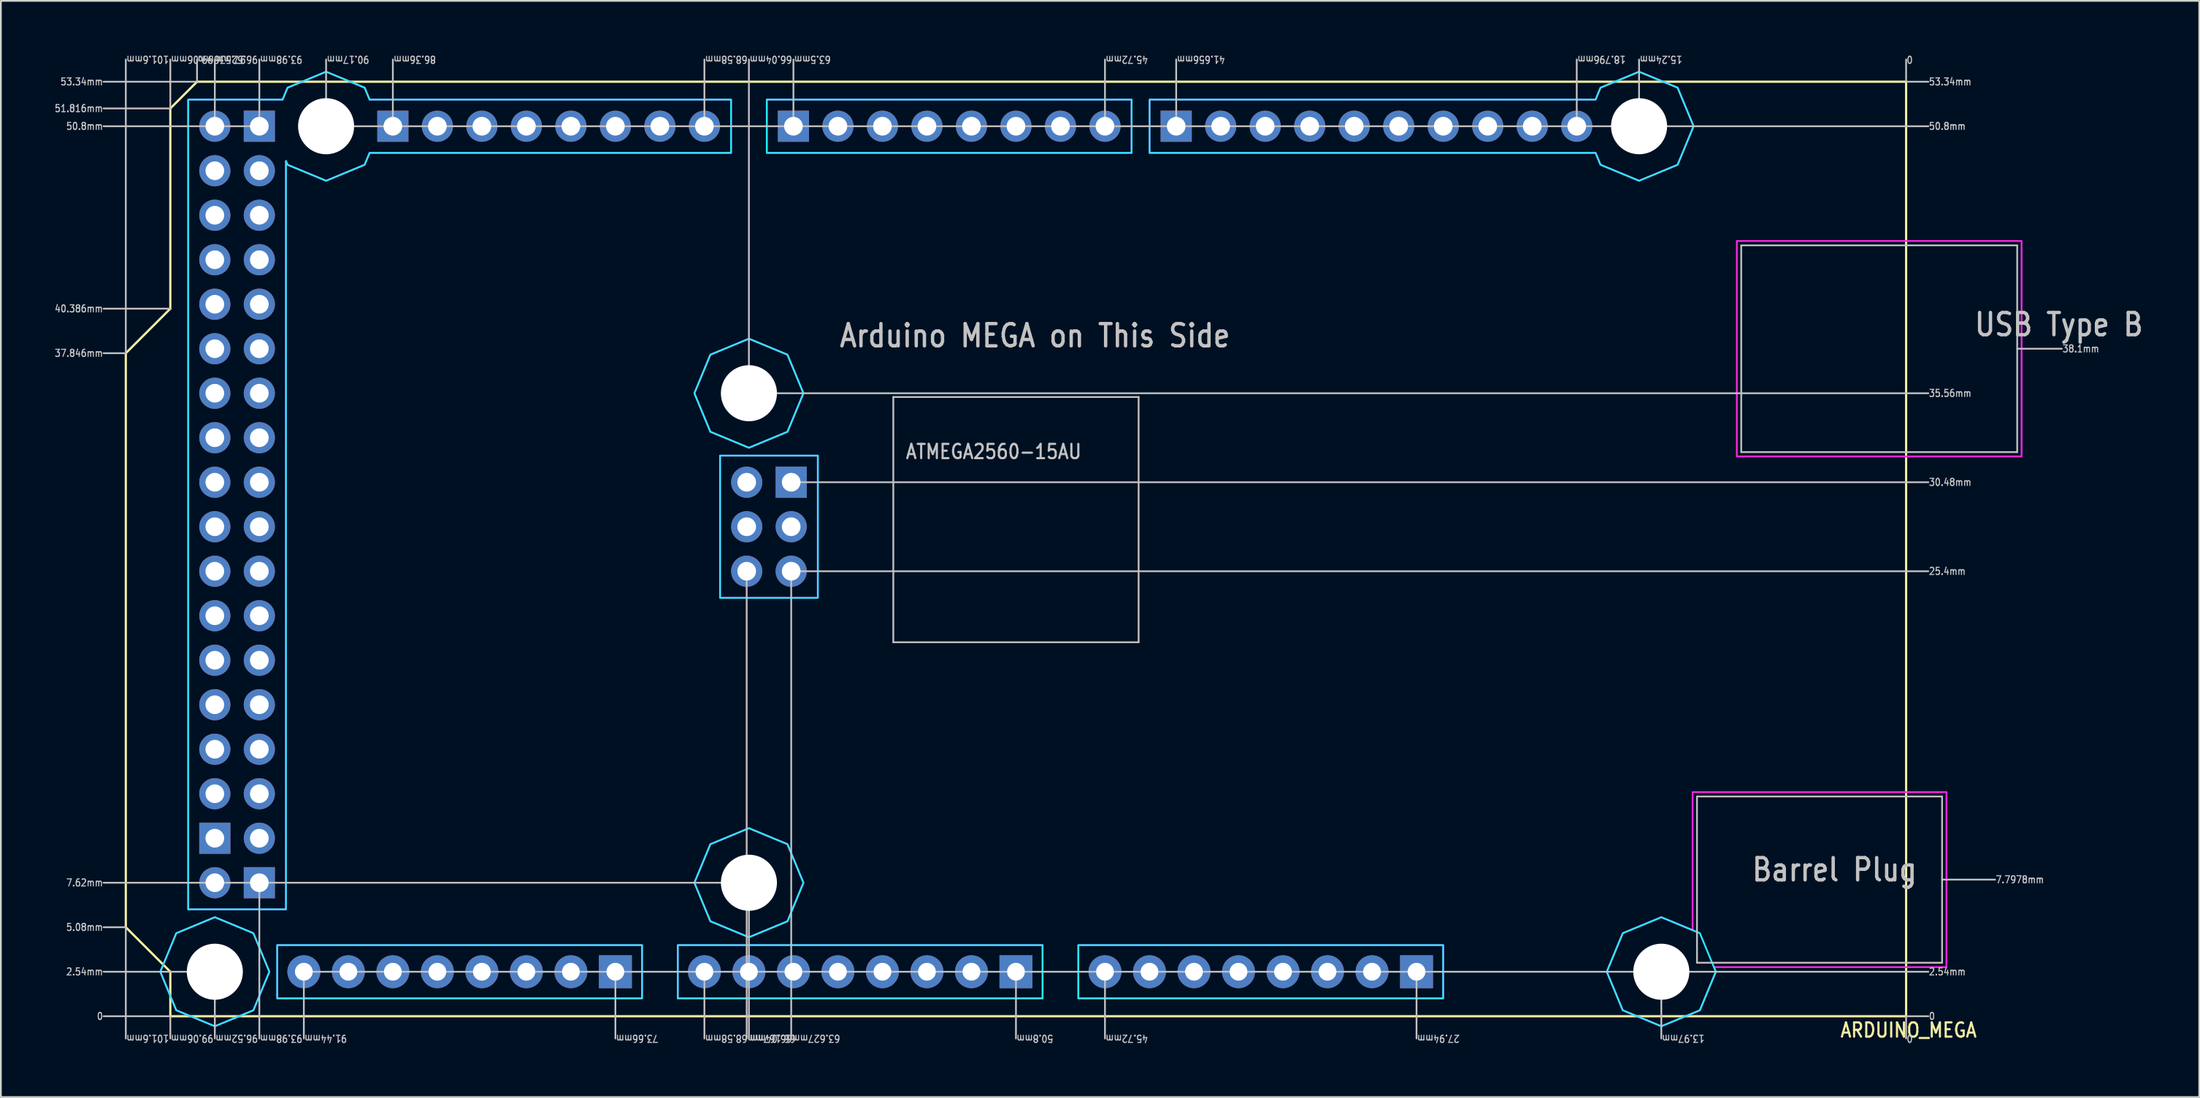
<source format=kicad_pcb>
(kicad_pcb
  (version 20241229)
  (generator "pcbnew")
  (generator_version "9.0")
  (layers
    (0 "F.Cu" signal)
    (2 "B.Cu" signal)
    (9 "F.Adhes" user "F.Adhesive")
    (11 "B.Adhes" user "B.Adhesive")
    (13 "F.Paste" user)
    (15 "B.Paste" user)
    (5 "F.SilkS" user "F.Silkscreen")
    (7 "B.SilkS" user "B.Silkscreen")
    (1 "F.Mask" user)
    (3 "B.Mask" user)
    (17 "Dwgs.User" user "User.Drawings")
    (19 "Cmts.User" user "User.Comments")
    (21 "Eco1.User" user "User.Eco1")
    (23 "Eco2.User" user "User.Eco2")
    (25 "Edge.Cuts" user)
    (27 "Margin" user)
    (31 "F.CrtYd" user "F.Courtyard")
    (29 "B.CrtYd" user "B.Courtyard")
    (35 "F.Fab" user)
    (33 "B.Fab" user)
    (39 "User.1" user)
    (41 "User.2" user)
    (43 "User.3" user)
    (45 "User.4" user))
  (footprint "ARDUINO_MEGA"
    (layer "F.Cu")
    (at 105.73 54.955)
    (property "Reference" "ARDUINO_MEGA" (at -3.81 1.27 0) (unlocked yes) (layer "F.SilkS") (effects (font (size 0.813 0.695) (thickness 0.122)) (justify left bottom)))
    (fp_circle (center -96.52 -2.54) (end -93.67 -2.54) (stroke (width 0) (type solid)) (fill yes) (layer "F.Mask"))
    (fp_circle (center -96.52 -2.54) (end -93.67 -2.54) (stroke (width 0) (type solid)) (fill yes) (layer "F.Mask"))
    (fp_circle (center -90.17 -50.8) (end -87.32 -50.8) (stroke (width 0) (type solid)) (fill yes) (layer "F.Mask"))
    (fp_circle (center -90.17 -50.8) (end -87.32 -50.8) (stroke (width 0) (type solid)) (fill yes) (layer "F.Mask"))
    (fp_circle (center -66.04 -35.56) (end -63.19 -35.56) (stroke (width 0) (type solid)) (fill yes) (layer "F.Mask"))
    (fp_circle (center -66.04 -35.56) (end -63.19 -35.56) (stroke (width 0) (type solid)) (fill yes) (layer "F.Mask"))
    (fp_circle (center -66.04 -7.62) (end -63.19 -7.62) (stroke (width 0) (type solid)) (fill yes) (layer "F.Mask"))
    (fp_circle (center -66.04 -7.62) (end -63.19 -7.62) (stroke (width 0) (type solid)) (fill yes) (layer "F.Mask"))
    (fp_circle (center -15.24 -50.8) (end -12.39 -50.8) (stroke (width 0) (type solid)) (fill yes) (layer "F.Mask"))
    (fp_circle (center -15.24 -50.8) (end -12.39 -50.8) (stroke (width 0) (type solid)) (fill yes) (layer "F.Mask"))
    (fp_circle (center -13.97 -2.54) (end -11.12 -2.54) (stroke (width 0) (type solid)) (fill yes) (layer "F.Mask"))
    (fp_circle (center -13.97 -2.54) (end -11.12 -2.54) (stroke (width 0) (type solid)) (fill yes) (layer "F.Mask"))
    (fp_circle (center -96.52 -2.54) (end -93.67 -2.54) (stroke (width 0) (type solid)) (fill yes) (layer "B.Mask"))
    (fp_circle (center -90.17 -50.8) (end -87.32 -50.8) (stroke (width 0) (type solid)) (fill yes) (layer "B.Mask"))
    (fp_circle (center -66.04 -35.56) (end -63.19 -35.56) (stroke (width 0) (type solid)) (fill yes) (layer "B.Mask"))
    (fp_circle (center -66.04 -7.62) (end -63.19 -7.62) (stroke (width 0) (type solid)) (fill yes) (layer "B.Mask"))
    (fp_circle (center -15.24 -50.8) (end -12.39 -50.8) (stroke (width 0) (type solid)) (fill yes) (layer "B.Mask"))
    (fp_circle (center -13.97 -2.54) (end -11.12 -2.54) (stroke (width 0) (type solid)) (fill yes) (layer "B.Mask"))
    (fp_line (start -101.6 -37.846) (end -101.6 -5.08) (stroke (width 0.127) (type solid)) (layer "F.SilkS"))
    (fp_line (start -101.6 -5.08) (end -99.06 -2.54) (stroke (width 0.127) (type solid)) (layer "F.SilkS"))
    (fp_line (start -99.06 -51.816) (end -99.06 -40.386) (stroke (width 0.127) (type solid)) (layer "F.SilkS"))
    (fp_line (start -99.06 -40.386) (end -101.6 -37.846) (stroke (width 0.127) (type solid)) (layer "F.SilkS"))
    (fp_line (start -99.06 -2.54) (end -99.06 0) (stroke (width 0.127) (type solid)) (layer "F.SilkS"))
    (fp_line (start -99.06 0) (end 0 0) (stroke (width 0.127) (type solid)) (layer "F.SilkS"))
    (fp_line (start -97.536 -53.34) (end -99.06 -51.816) (stroke (width 0.127) (type solid)) (layer "F.SilkS"))
    (fp_line (start 0 -53.34) (end -97.536 -53.34) (stroke (width 0.127) (type solid)) (layer "F.SilkS"))
    (fp_line (start 0 0) (end 0 -53.34) (stroke (width 0.127) (type solid)) (layer "F.SilkS"))
    (fp_line (start -101.6 -37.846) (end -102.87 -37.846) (stroke (width 0.1) (type solid)) (layer "Dwgs.User"))
    (fp_line (start -101.6 -37.846) (end -101.6 -54.61) (stroke (width 0.1) (type solid)) (layer "Dwgs.User"))
    (fp_line (start -101.6 -5.08) (end -102.87 -5.08) (stroke (width 0.1) (type solid)) (layer "Dwgs.User"))
    (fp_line (start -101.6 -5.08) (end -101.6 1.27) (stroke (width 0.1) (type solid)) (layer "Dwgs.User"))
    (fp_line (start -99.06 -51.816) (end -102.87 -51.816) (stroke (width 0.1) (type solid)) (layer "Dwgs.User"))
    (fp_line (start -99.06 -51.816) (end -99.06 -54.61) (stroke (width 0.1) (type solid)) (layer "Dwgs.User"))
    (fp_line (start -99.06 -40.386) (end -102.87 -40.386) (stroke (width 0.1) (type solid)) (layer "Dwgs.User"))
    (fp_line (start -99.06 0) (end -102.87 0) (stroke (width 0.1) (type solid)) (layer "Dwgs.User"))
    (fp_line (start -99.06 0) (end -99.06 1.27) (stroke (width 0.1) (type solid)) (layer "Dwgs.User"))
    (fp_line (start -97.536 -53.34) (end -102.87 -53.34) (stroke (width 0.1) (type solid)) (layer "Dwgs.User"))
    (fp_line (start -97.536 -53.34) (end -97.536 -54.61) (stroke (width 0.1) (type solid)) (layer "Dwgs.User"))
    (fp_line (start -96.52 -50.8) (end -102.87 -50.8) (stroke (width 0.1) (type solid)) (layer "Dwgs.User"))
    (fp_line (start -96.52 -50.8) (end -96.52 -54.61) (stroke (width 0.1) (type solid)) (layer "Dwgs.User"))
    (fp_line (start -96.52 -2.54) (end -102.87 -2.54) (stroke (width 0.1) (type solid)) (layer "Dwgs.User"))
    (fp_line (start -96.52 -2.54) (end -96.52 1.27) (stroke (width 0.1) (type solid)) (layer "Dwgs.User"))
    (fp_line (start -93.98 -50.8) (end -96.52 -50.8) (stroke (width 0.1) (type solid)) (layer "Dwgs.User"))
    (fp_line (start -93.98 -50.8) (end -93.98 -54.61) (stroke (width 0.1) (type solid)) (layer "Dwgs.User"))
    (fp_line (start -93.98 -7.62) (end -93.98 1.27) (stroke (width 0.1) (type solid)) (layer "Dwgs.User"))
    (fp_line (start -91.44 -2.54) (end -91.44 1.27) (stroke (width 0.1) (type solid)) (layer "Dwgs.User"))
    (fp_line (start -91.44 -2.54) (end -13.97 -2.54) (stroke (width 0.1) (type solid)) (layer "Dwgs.User"))
    (fp_line (start -90.17 -50.8) (end -90.17 -54.61) (stroke (width 0.1) (type solid)) (layer "Dwgs.User"))
    (fp_line (start -90.17 -50.8) (end -86.36 -50.8) (stroke (width 0.1) (type solid)) (layer "Dwgs.User"))
    (fp_line (start -86.36 -50.8) (end -86.36 -54.61) (stroke (width 0.1) (type solid)) (layer "Dwgs.User"))
    (fp_line (start -86.36 -50.8) (end -68.58 -50.8) (stroke (width 0.1) (type solid)) (layer "Dwgs.User"))
    (fp_line (start -73.66 -2.54) (end -73.66 1.27) (stroke (width 0.1) (type solid)) (layer "Dwgs.User"))
    (fp_line (start -68.58 -50.8) (end -68.58 -54.61) (stroke (width 0.1) (type solid)) (layer "Dwgs.User"))
    (fp_line (start -68.58 -50.8) (end -63.5 -50.8) (stroke (width 0.1) (type solid)) (layer "Dwgs.User"))
    (fp_line (start -68.58 -2.54) (end -68.58 1.27) (stroke (width 0.1) (type solid)) (layer "Dwgs.User"))
    (fp_line (start -66.167 -25.4) (end -66.167 1.27) (stroke (width 0.1) (type solid)) (layer "Dwgs.User"))
    (fp_line (start -66.04 -35.56) (end -66.04 -54.61) (stroke (width 0.1) (type solid)) (layer "Dwgs.User"))
    (fp_line (start -66.04 -35.56) (end 1.27 -35.56) (stroke (width 0.1) (type solid)) (layer "Dwgs.User"))
    (fp_line (start -66.04 -7.62) (end -102.87 -7.62) (stroke (width 0.1) (type solid)) (layer "Dwgs.User"))
    (fp_line (start -66.04 -7.62) (end -66.04 1.27) (stroke (width 0.1) (type solid)) (layer "Dwgs.User"))
    (fp_line (start -63.627 -25.4) (end -63.627 1.27) (stroke (width 0.1) (type solid)) (layer "Dwgs.User"))
    (fp_line (start -63.627 -25.4) (end 1.27 -25.4) (stroke (width 0.1) (type solid)) (layer "Dwgs.User"))
    (fp_line (start -63.5 -50.8) (end -63.5 -54.61) (stroke (width 0.1) (type solid)) (layer "Dwgs.User"))
    (fp_line (start -63.5 -50.8) (end -45.72 -50.8) (stroke (width 0.1) (type solid)) (layer "Dwgs.User"))
    (fp_line (start -63.5 -30.48) (end 1.27 -30.48) (stroke (width 0.1) (type solid)) (layer "Dwgs.User"))
    (fp_line (start -57.8 -35.346) (end -57.8 -21.346) (stroke (width 0.1) (type solid)) (layer "Dwgs.User"))
    (fp_line (start -57.8 -21.346) (end -43.8 -21.346) (stroke (width 0.1) (type solid)) (layer "Dwgs.User"))
    (fp_line (start -50.8 -2.54) (end -50.8 1.27) (stroke (width 0.1) (type solid)) (layer "Dwgs.User"))
    (fp_line (start -45.72 -50.8) (end -45.72 -54.61) (stroke (width 0.1) (type solid)) (layer "Dwgs.User"))
    (fp_line (start -45.72 -50.8) (end -41.656 -50.8) (stroke (width 0.1) (type solid)) (layer "Dwgs.User"))
    (fp_line (start -45.72 -2.54) (end -45.72 1.27) (stroke (width 0.1) (type solid)) (layer "Dwgs.User"))
    (fp_line (start -43.8 -35.346) (end -57.8 -35.346) (stroke (width 0.1) (type solid)) (layer "Dwgs.User"))
    (fp_line (start -43.8 -21.346) (end -43.8 -35.346) (stroke (width 0.1) (type solid)) (layer "Dwgs.User"))
    (fp_line (start -41.656 -50.8) (end -41.656 -54.61) (stroke (width 0.1) (type solid)) (layer "Dwgs.User"))
    (fp_line (start -41.656 -50.8) (end -18.796 -50.8) (stroke (width 0.1) (type solid)) (layer "Dwgs.User"))
    (fp_line (start -27.94 -2.54) (end -27.94 1.27) (stroke (width 0.1) (type solid)) (layer "Dwgs.User"))
    (fp_line (start -18.796 -50.8) (end -18.796 -54.61) (stroke (width 0.1) (type solid)) (layer "Dwgs.User"))
    (fp_line (start -18.796 -50.8) (end -15.24 -50.8) (stroke (width 0.1) (type solid)) (layer "Dwgs.User"))
    (fp_line (start -15.24 -50.8) (end -15.24 -54.61) (stroke (width 0.1) (type solid)) (layer "Dwgs.User"))
    (fp_line (start -15.24 -50.8) (end 1.27 -50.8) (stroke (width 0.1) (type solid)) (layer "Dwgs.User"))
    (fp_line (start -13.97 -2.54) (end -13.97 1.27) (stroke (width 0.1) (type solid)) (layer "Dwgs.User"))
    (fp_line (start -13.97 -2.54) (end 1.27 -2.54) (stroke (width 0.1) (type solid)) (layer "Dwgs.User"))
    (fp_line (start -11.934 -12.544) (end -11.934 -3.052) (stroke (width 0.1) (type solid)) (layer "Dwgs.User"))
    (fp_line (start -11.934 -3.052) (end 2.053 -3.052) (stroke (width 0.1) (type solid)) (layer "Dwgs.User"))
    (fp_line (start -9.41 -44) (end 6.34 -44) (stroke (width 0.1) (type solid)) (layer "Dwgs.User"))
    (fp_line (start -9.41 -32.2) (end -9.41 -44) (stroke (width 0.1) (type solid)) (layer "Dwgs.User"))
    (fp_line (start 0 -53.34) (end 0 -54.61) (stroke (width 0.1) (type solid)) (layer "Dwgs.User"))
    (fp_line (start 0 -53.34) (end 1.27 -53.34) (stroke (width 0.1) (type solid)) (layer "Dwgs.User"))
    (fp_line (start 0 0) (end 0 1.27) (stroke (width 0.1) (type solid)) (layer "Dwgs.User"))
    (fp_line (start 0 0) (end 1.27 0) (stroke (width 0.1) (type solid)) (layer "Dwgs.User"))
    (fp_line (start 2.053 -12.544) (end -11.934 -12.544) (stroke (width 0.1) (type solid)) (layer "Dwgs.User"))
    (fp_line (start 2.053 -3.052) (end 2.053 -12.544) (stroke (width 0.1) (type solid)) (layer "Dwgs.User"))
    (fp_line (start 5.08 -7.798) (end 2.053 -7.798) (stroke (width 0.1) (type solid)) (layer "Dwgs.User"))
    (fp_line (start 6.34 -44) (end 6.34 -32.2) (stroke (width 0.1) (type solid)) (layer "Dwgs.User"))
    (fp_line (start 6.34 -32.2) (end -9.41 -32.2) (stroke (width 0.1) (type solid)) (layer "Dwgs.User"))
    (fp_line (start 8.89 -38.1) (end 6.34 -38.1) (stroke (width 0.1) (type solid)) (layer "Dwgs.User"))
    (fp_poly (pts (xy -72.14 -4.06) (xy -92.96 -4.06) (xy -92.96 -1.02) (xy -72.14 -1.02)) (stroke (width 0.1) (type solid)) (fill no) (layer "B.CrtYd"))
    (fp_poly (pts (xy -62.107 -32) (xy -67.687 -32) (xy -67.687 -23.88) (xy -62.107 -23.88)) (stroke (width 0.1) (type solid)) (fill no) (layer "B.CrtYd"))
    (fp_poly (pts (xy -49.28 -4.06) (xy -70.1 -4.06) (xy -70.1 -1.02) (xy -49.28 -1.02)) (stroke (width 0.1) (type solid)) (fill no) (layer "B.CrtYd"))
    (fp_poly (pts (xy -44.2 -52.32) (xy -65.02 -52.32) (xy -65.02 -49.28) (xy -44.2 -49.28)) (stroke (width 0.1) (type solid)) (fill no) (layer "B.CrtYd"))
    (fp_poly (pts (xy -26.42 -4.06) (xy -47.24 -4.06) (xy -47.24 -1.02) (xy -26.42 -1.02)) (stroke (width 0.1) (type solid)) (fill no) (layer "B.CrtYd"))
    (fp_poly (pts (xy -99.632 -2.54) (xy -98.72 -4.74) (xy -96.52 -5.652) (xy -94.32 -4.74) (xy -93.408 -2.54) (xy -94.32 -0.34) (xy -96.52 0.572) (xy -98.72 -0.34)) (stroke (width 0.1) (type solid)) (fill no) (layer "B.CrtYd"))
    (fp_poly (pts (xy -69.152 -35.56) (xy -68.24 -37.76) (xy -66.04 -38.672) (xy -63.84 -37.76) (xy -62.928 -35.56) (xy -63.84 -33.36) (xy -66.04 -32.448) (xy -68.24 -33.36)) (stroke (width 0.1) (type solid)) (fill no) (layer "B.CrtYd"))
    (fp_poly (pts (xy -69.152 -7.62) (xy -68.24 -9.82) (xy -66.04 -10.732) (xy -63.84 -9.82) (xy -62.928 -7.62) (xy -63.84 -5.42) (xy -66.04 -4.508) (xy -68.24 -5.42)) (stroke (width 0.1) (type solid)) (fill no) (layer "B.CrtYd"))
    (fp_poly (pts (xy -17.082 -2.54) (xy -16.17 -4.74) (xy -13.97 -5.652) (xy -11.77 -4.74) (xy -10.858 -2.54) (xy -11.77 -0.34) (xy -13.97 0.572) (xy -16.17 -0.34)) (stroke (width 0.1) (type solid)) (fill no) (layer "B.CrtYd"))
    (fp_poly (pts (xy -17.722 -52.32) (xy -17.44 -53) (xy -15.24 -53.912) (xy -13.04 -53) (xy -12.128 -50.8) (xy -13.04 -48.6) (xy -15.24 -47.688) (xy -17.44 -48.6) (xy -17.722 -49.28) (xy -43.176 -49.28) (xy -43.176 -52.32)) (stroke (width 0.1) (type solid)) (fill no) (layer "B.CrtYd"))
    (fp_poly (pts (xy -92.652 -52.32) (xy -92.37 -53) (xy -90.17 -53.912) (xy -87.97 -53) (xy -87.688 -52.32) (xy -67.06 -52.32) (xy -67.06 -49.28) (xy -87.688 -49.28) (xy -87.97 -48.6) (xy -90.17 -47.688) (xy -92.37 -48.6) (xy -92.46 -48.816) (xy -92.46 -6.1) (xy -98.04 -6.1) (xy -98.04 -52.32)) (stroke (width 0.1) (type solid)) (fill no) (layer "B.CrtYd"))
    (fp_poly (pts (xy -72.14 -4.06) (xy -92.96 -4.06) (xy -92.96 -1.02) (xy -72.14 -1.02)) (stroke (width 0.1) (type solid)) (fill no) (layer "F.CrtYd"))
    (fp_poly (pts (xy -62.107 -32) (xy -67.687 -32) (xy -67.687 -23.88) (xy -62.107 -23.88)) (stroke (width 0.1) (type solid)) (fill no) (layer "F.CrtYd"))
    (fp_poly (pts (xy -49.28 -4.06) (xy -70.1 -4.06) (xy -70.1 -1.02) (xy -49.28 -1.02)) (stroke (width 0.1) (type solid)) (fill no) (layer "F.CrtYd"))
    (fp_poly (pts (xy -44.2 -52.32) (xy -65.02 -52.32) (xy -65.02 -49.28) (xy -44.2 -49.28)) (stroke (width 0.1) (type solid)) (fill no) (layer "F.CrtYd"))
    (fp_poly (pts (xy -26.42 -4.06) (xy -47.24 -4.06) (xy -47.24 -1.02) (xy -26.42 -1.02)) (stroke (width 0.1) (type solid)) (fill no) (layer "F.CrtYd"))
    (fp_poly (pts (xy 6.59 -44.25) (xy 6.59 -31.95) (xy -9.66 -31.95) (xy -9.66 -44.25)) (stroke (width 0.1) (type solid)) (fill no) (layer "F.CrtYd"))
    (fp_poly (pts (xy -99.632 -2.54) (xy -98.72 -4.74) (xy -96.52 -5.652) (xy -94.32 -4.74) (xy -93.408 -2.54) (xy -94.32 -0.34) (xy -96.52 0.572) (xy -98.72 -0.34)) (stroke (width 0.1) (type solid)) (fill no) (layer "F.CrtYd"))
    (fp_poly (pts (xy -69.152 -35.56) (xy -68.24 -37.76) (xy -66.04 -38.672) (xy -63.84 -37.76) (xy -62.928 -35.56) (xy -63.84 -33.36) (xy -66.04 -32.448) (xy -68.24 -33.36)) (stroke (width 0.1) (type solid)) (fill no) (layer "F.CrtYd"))
    (fp_poly (pts (xy -69.152 -7.62) (xy -68.24 -9.82) (xy -66.04 -10.732) (xy -63.84 -9.82) (xy -62.928 -7.62) (xy -63.84 -5.42) (xy -66.04 -4.508) (xy -68.24 -5.42)) (stroke (width 0.1) (type solid)) (fill no) (layer "F.CrtYd"))
    (fp_poly (pts (xy -17.722 -52.32) (xy -17.44 -53) (xy -15.24 -53.912) (xy -13.04 -53) (xy -12.128 -50.8) (xy -13.04 -48.6) (xy -15.24 -47.688) (xy -17.44 -48.6) (xy -17.722 -49.28) (xy -43.176 -49.28) (xy -43.176 -52.32)) (stroke (width 0.1) (type solid)) (fill no) (layer "F.CrtYd"))
    (fp_poly (pts (xy -17.082 -2.54) (xy -16.17 -4.74) (xy -13.97 -5.652) (xy -12.184 -4.912) (xy -12.184 -12.794) (xy 2.303 -12.794) (xy 2.303 -2.802) (xy -10.967 -2.802) (xy -10.858 -2.54) (xy -11.77 -0.34) (xy -13.97 0.572) (xy -16.17 -0.34)) (stroke (width 0.1) (type solid)) (fill no) (layer "F.CrtYd"))
    (fp_poly (pts (xy -92.652 -52.32) (xy -92.37 -53) (xy -90.17 -53.912) (xy -87.97 -53) (xy -87.688 -52.32) (xy -67.06 -52.32) (xy -67.06 -49.28) (xy -87.688 -49.28) (xy -87.97 -48.6) (xy -90.17 -47.688) (xy -92.37 -48.6) (xy -92.46 -48.816) (xy -92.46 -6.1) (xy -98.04 -6.1) (xy -98.04 -52.32)) (stroke (width 0.1) (type solid)) (fill no) (layer "F.CrtYd"))
    (fp_text user "USB Type B" (at 3.81 -38.735 0) (unlocked yes) (layer "Dwgs.User") (effects (font (size 1.27 1.086) (thickness 0.191)) (justify left bottom)))
    (fp_text user "50.8mm" (at -50.8 1.27 180) (unlocked yes) (layer "Dwgs.User") (effects (font (size 0.406 0.347) (thickness 0.061)) (justify right)))
    (fp_text user "68.58mm" (at -68.58 -54.61 180) (unlocked yes) (layer "Dwgs.User") (effects (font (size 0.406 0.347) (thickness 0.061)) (justify right)))
    (fp_text user "2.54mm" (at 1.27 -2.54 0) (unlocked yes) (layer "Dwgs.User") (effects (font (size 0.406 0.347) (thickness 0.061)) (justify left)))
    (fp_text user "91.44mm" (at -91.44 1.27 180) (unlocked yes) (layer "Dwgs.User") (effects (font (size 0.406 0.347) (thickness 0.061)) (justify right)))
    (fp_text user "40.386mm" (at -102.87 -40.386 0) (unlocked yes) (layer "Dwgs.User") (effects (font (size 0.406 0.347) (thickness 0.061)) (justify right)))
    (fp_text user "18.796mm" (at -18.796 -54.61 180) (unlocked yes) (layer "Dwgs.User") (effects (font (size 0.406 0.347) (thickness 0.061)) (justify right)))
    (fp_text user "ATMEGA2560-15AU" (at -57.15 -31.75 0) (unlocked yes) (layer "Dwgs.User") (effects (font (size 0.813 0.695) (thickness 0.122)) (justify left bottom)))
    (fp_text user "0" (at 1.27 0 0) (unlocked yes) (layer "Dwgs.User") (effects (font (size 0.406 0.347) (thickness 0.061)) (justify left)))
    (fp_text user "2.54mm" (at -102.87 -2.54 0) (unlocked yes) (layer "Dwgs.User") (effects (font (size 0.406 0.347) (thickness 0.061)) (justify right)))
    (fp_text user "96.52mm" (at -96.52 1.27 180) (unlocked yes) (layer "Dwgs.User") (effects (font (size 0.406 0.347) (thickness 0.061)) (justify right)))
    (fp_text user "27.94mm" (at -27.94 1.27 180) (unlocked yes) (layer "Dwgs.User") (effects (font (size 0.406 0.347) (thickness 0.061)) (justify right)))
    (fp_text user "Barrel Plug" (at -8.89 -7.62 0) (unlocked yes) (layer "Dwgs.User") (effects (font (size 1.27 1.086) (thickness 0.191)) (justify left bottom)))
    (fp_text user "90.17mm" (at -90.17 -54.61 180) (unlocked yes) (layer "Dwgs.User") (effects (font (size 0.406 0.347) (thickness 0.061)) (justify right)))
    (fp_text user "50.8mm" (at -102.87 -50.8 0) (unlocked yes) (layer "Dwgs.User") (effects (font (size 0.406 0.347) (thickness 0.061)) (justify right)))
    (fp_text user "96.52mm" (at -96.52 -54.61 180) (unlocked yes) (layer "Dwgs.User") (effects (font (size 0.406 0.347) (thickness 0.061)) (justify right)))
    (fp_text user "51.816mm" (at -102.87 -51.816 0) (unlocked yes) (layer "Dwgs.User") (effects (font (size 0.406 0.347) (thickness 0.061)) (justify right)))
    (fp_text user "38.1mm" (at 8.89 -38.1 0) (unlocked yes) (layer "Dwgs.User") (effects (font (size 0.406 0.347) (thickness 0.061)) (justify left)))
    (fp_text user "86.36mm" (at -86.36 -54.61 180) (unlocked yes) (layer "Dwgs.User") (effects (font (size 0.406 0.347) (thickness 0.061)) (justify right)))
    (fp_text user "41.656mm" (at -41.656 -54.61 180) (unlocked yes) (layer "Dwgs.User") (effects (font (size 0.406 0.347) (thickness 0.061)) (justify right)))
    (fp_text user "63.5mm" (at -63.5 -54.61 180) (unlocked yes) (layer "Dwgs.User") (effects (font (size 0.406 0.347) (thickness 0.061)) (justify right)))
    (fp_text user "45.72mm" (at -45.72 -54.61 180) (unlocked yes) (layer "Dwgs.User") (effects (font (size 0.406 0.347) (thickness 0.061)) (justify right)))
    (fp_text user "99.06mm" (at -99.06 1.27 180) (unlocked yes) (layer "Dwgs.User") (effects (font (size 0.406 0.347) (thickness 0.061)) (justify right)))
    (fp_text user "99.06mm" (at -99.06 -54.61 180) (unlocked yes) (layer "Dwgs.User") (effects (font (size 0.406 0.347) (thickness 0.061)) (justify right)))
    (fp_text user "101.6mm" (at -101.6 1.27 180) (unlocked yes) (layer "Dwgs.User") (effects (font (size 0.406 0.347) (thickness 0.061)) (justify right)))
    (fp_text user "63.627mm" (at -63.627 1.27 180) (unlocked yes) (layer "Dwgs.User") (effects (font (size 0.406 0.347) (thickness 0.061)) (justify right)))
    (fp_text user "66.04mm" (at -66.04 -54.61 180) (unlocked yes) (layer "Dwgs.User") (effects (font (size 0.406 0.347) (thickness 0.061)) (justify right)))
    (fp_text user "25.4mm" (at 1.27 -25.4 0) (unlocked yes) (layer "Dwgs.User") (effects (font (size 0.406 0.347) (thickness 0.061)) (justify left)))
    (fp_text user "53.34mm" (at -102.87 -53.34 0) (unlocked yes) (layer "Dwgs.User") (effects (font (size 0.406 0.347) (thickness 0.061)) (justify right)))
    (fp_text user "35.56mm" (at 1.27 -35.56 0) (unlocked yes) (layer "Dwgs.User") (effects (font (size 0.406 0.347) (thickness 0.061)) (justify left)))
    (fp_text user "13.97mm" (at -13.97 1.27 180) (unlocked yes) (layer "Dwgs.User") (effects (font (size 0.406 0.347) (thickness 0.061)) (justify right)))
    (fp_text user "0" (at -102.87 0 0) (unlocked yes) (layer "Dwgs.User") (effects (font (size 0.406 0.347) (thickness 0.061)) (justify right)))
    (fp_text user "5.08mm" (at -102.87 -5.08 0) (unlocked yes) (layer "Dwgs.User") (effects (font (size 0.406 0.347) (thickness 0.061)) (justify right)))
    (fp_text user "50.8mm" (at 1.27 -50.8 0) (unlocked yes) (layer "Dwgs.User") (effects (font (size 0.406 0.347) (thickness 0.061)) (justify left)))
    (fp_text user "7.7978mm" (at 5.08 -7.798 0) (unlocked yes) (layer "Dwgs.User") (effects (font (size 0.406 0.347) (thickness 0.061)) (justify left)))
    (fp_text user "93.98mm" (at -93.98 1.27 180) (unlocked yes) (layer "Dwgs.User") (effects (font (size 0.406 0.347) (thickness 0.061)) (justify right)))
    (fp_text user "30.48mm" (at 1.27 -30.48 0) (unlocked yes) (layer "Dwgs.User") (effects (font (size 0.406 0.347) (thickness 0.061)) (justify left)))
    (fp_text user "66.04mm" (at -66.04 1.27 180) (unlocked yes) (layer "Dwgs.User") (effects (font (size 0.406 0.347) (thickness 0.061)) (justify right)))
    (fp_text user "73.66mm" (at -73.66 1.27 180) (unlocked yes) (layer "Dwgs.User") (effects (font (size 0.406 0.347) (thickness 0.061)) (justify right)))
    (fp_text user "37.846mm" (at -102.87 -37.846 0) (unlocked yes) (layer "Dwgs.User") (effects (font (size 0.406 0.347) (thickness 0.061)) (justify right)))
    (fp_text user "0" (at 0 1.27 180) (unlocked yes) (layer "Dwgs.User") (effects (font (size 0.406 0.347) (thickness 0.061)) (justify right)))
    (fp_text user "0" (at 0 -54.61 180) (unlocked yes) (layer "Dwgs.User") (effects (font (size 0.406 0.347) (thickness 0.061)) (justify right)))
    (fp_text user "101.6mm" (at -101.6 -54.61 180) (unlocked yes) (layer "Dwgs.User") (effects (font (size 0.406 0.347) (thickness 0.061)) (justify right)))
    (fp_text user "53.34mm" (at 1.27 -53.34 0) (unlocked yes) (layer "Dwgs.User") (effects (font (size 0.406 0.347) (thickness 0.061)) (justify left)))
    (fp_text user "68.58mm" (at -68.58 1.27 180) (unlocked yes) (layer "Dwgs.User") (effects (font (size 0.406 0.347) (thickness 0.061)) (justify right)))
    (fp_text user "93.98mm" (at -93.98 -54.61 180) (unlocked yes) (layer "Dwgs.User") (effects (font (size 0.406 0.347) (thickness 0.061)) (justify right)))
    (fp_text user "66.167mm" (at -66.167 1.27 180) (unlocked yes) (layer "Dwgs.User") (effects (font (size 0.406 0.347) (thickness 0.061)) (justify right)))
    (fp_text user "7.62mm" (at -102.87 -7.62 0) (unlocked yes) (layer "Dwgs.User") (effects (font (size 0.406 0.347) (thickness 0.061)) (justify right)))
    (fp_text user "97.536mm" (at -97.536 -54.61 180) (unlocked yes) (layer "Dwgs.User") (effects (font (size 0.406 0.347) (thickness 0.061)) (justify right)))
    (fp_text user "Arduino MEGA on This Side" (at -60.96 -38.1 0) (unlocked yes) (layer "Dwgs.User") (effects (font (size 1.27 1.086) (thickness 0.191)) (justify left bottom)))
    (fp_text user "45.72mm" (at -45.72 1.27 180) (unlocked yes) (layer "Dwgs.User") (effects (font (size 0.406 0.347) (thickness 0.061)) (justify right)))
    (fp_text user "15.24mm" (at -15.24 -54.61 180) (unlocked yes) (layer "Dwgs.User") (effects (font (size 0.406 0.347) (thickness 0.061)) (justify right)))
    (pad "" np_thru_hole circle (at -96.52 -2.54) (size 3.2 3.2) (drill 3.2) (layers "*.Cu" "*.Mask"))
    (pad "" np_thru_hole circle (at -90.17 -50.8) (size 3.2 3.2) (drill 3.2) (layers "*.Cu" "*.Mask"))
    (pad "" np_thru_hole circle (at -66.04 -35.56) (size 3.2 3.2) (drill 3.2) (layers "*.Cu" "*.Mask"))
    (pad "" np_thru_hole circle (at -66.04 -7.62) (size 3.2 3.2) (drill 3.2) (layers "*.Cu" "*.Mask"))
    (pad "" np_thru_hole circle (at -15.24 -50.8) (size 3.2 3.2) (drill 3.2) (layers "*.Cu" "*.Mask"))
    (pad "" np_thru_hole circle (at -13.97 -2.54) (size 3.2 3.2) (drill 3.2) (layers "*.Cu" "*.Mask"))
    (pad "0" thru_hole rect (at -63.5 -50.8 270) (size 1.778 1.778) (drill 1.067) (layers "*.Cu" "*.Mask"))
    (pad "1" thru_hole oval (at -60.96 -50.8 270) (size 1.778 1.778) (drill 1.067) (layers "*.Cu" "*.Mask"))
    (pad "2" thru_hole oval (at -58.42 -50.8 270) (size 1.778 1.778) (drill 1.067) (layers "*.Cu" "*.Mask"))
    (pad "3" thru_hole oval (at -55.88 -50.8 270) (size 1.778 1.778) (drill 1.067) (layers "*.Cu" "*.Mask"))
    (pad "3V3" thru_hole oval (at -35.56 -2.54 90) (size 1.88 1.88) (drill 1.016) (layers "*.Cu" "*.Mask"))
    (pad "4" thru_hole oval (at -53.34 -50.8 270) (size 1.778 1.778) (drill 1.067) (layers "*.Cu" "*.Mask"))
    (pad "5" thru_hole oval (at -50.8 -50.8 270) (size 1.778 1.778) (drill 1.067) (layers "*.Cu" "*.Mask"))
    (pad "5V0" thru_hole oval (at -38.1 -2.54 90) (size 1.88 1.88) (drill 1.016) (layers "*.Cu" "*.Mask"))
    (pad "5V0_1" thru_hole rect (at -93.98 -50.8 90) (size 1.778 1.778) (drill 1.067) (layers "*.Cu" "*.Mask"))
    (pad "5V0_2" thru_hole oval (at -96.52 -50.8 90) (size 1.778 1.778) (drill 1.067) (layers "*.Cu" "*.Mask"))
    (pad "5V_2" thru_hole oval (at -66.167 -30.48 180) (size 1.778 1.778) (drill 1.067) (layers "*.Cu" "*.Mask"))
    (pad "6" thru_hole oval (at -48.26 -50.8 270) (size 1.778 1.778) (drill 1.067) (layers "*.Cu" "*.Mask"))
    (pad "7" thru_hole oval (at -45.72 -50.8 270) (size 1.778 1.778) (drill 1.067) (layers "*.Cu" "*.Mask"))
    (pad "8" thru_hole rect (at -41.656 -50.8 270) (size 1.778 1.778) (drill 1.067) (layers "*.Cu" "*.Mask"))
    (pad "9" thru_hole oval (at -39.116 -50.8 270) (size 1.778 1.778) (drill 1.067) (layers "*.Cu" "*.Mask"))
    (pad "10" thru_hole oval (at -36.576 -50.8 270) (size 1.778 1.778) (drill 1.067) (layers "*.Cu" "*.Mask"))
    (pad "11" thru_hole oval (at -34.036 -50.8 270) (size 1.778 1.778) (drill 1.067) (layers "*.Cu" "*.Mask"))
    (pad "12" thru_hole oval (at -31.496 -50.8 270) (size 1.778 1.778) (drill 1.067) (layers "*.Cu" "*.Mask"))
    (pad "13" thru_hole oval (at -28.956 -50.8 270) (size 1.778 1.778) (drill 1.067) (layers "*.Cu" "*.Mask"))
    (pad "14" thru_hole oval (at -68.58 -50.8 270) (size 1.778 1.778) (drill 1.067) (layers "*.Cu" "*.Mask"))
    (pad "15" thru_hole oval (at -71.12 -50.8 270) (size 1.778 1.778) (drill 1.067) (layers "*.Cu" "*.Mask"))
    (pad "16" thru_hole oval (at -73.66 -50.8 270) (size 1.778 1.778) (drill 1.067) (layers "*.Cu" "*.Mask"))
    (pad "17" thru_hole oval (at -76.2 -50.8 270) (size 1.778 1.778) (drill 1.067) (layers "*.Cu" "*.Mask"))
    (pad "18" thru_hole oval (at -78.74 -50.8 270) (size 1.778 1.778) (drill 1.067) (layers "*.Cu" "*.Mask"))
    (pad "19" thru_hole oval (at -81.28 -50.8 270) (size 1.778 1.778) (drill 1.067) (layers "*.Cu" "*.Mask"))
    (pad "20" thru_hole oval (at -83.82 -50.8 270) (size 1.778 1.778) (drill 1.067) (layers "*.Cu" "*.Mask"))
    (pad "21" thru_hole rect (at -86.36 -50.8 270) (size 1.778 1.778) (drill 1.067) (layers "*.Cu" "*.Mask"))
    (pad "22" thru_hole oval (at -93.98 -48.26) (size 1.778 1.778) (drill 1.067) (layers "*.Cu" "*.Mask"))
    (pad "23" thru_hole oval (at -96.52 -48.26) (size 1.778 1.778) (drill 1.067) (layers "*.Cu" "*.Mask"))
    (pad "24" thru_hole oval (at -93.98 -45.72) (size 1.778 1.778) (drill 1.067) (layers "*.Cu" "*.Mask"))
    (pad "25" thru_hole oval (at -96.52 -45.72) (size 1.778 1.778) (drill 1.067) (layers "*.Cu" "*.Mask"))
    (pad "26" thru_hole oval (at -93.98 -43.18) (size 1.778 1.778) (drill 1.067) (layers "*.Cu" "*.Mask"))
    (pad "27" thru_hole oval (at -96.52 -43.18) (size 1.778 1.778) (drill 1.067) (layers "*.Cu" "*.Mask"))
    (pad "28" thru_hole oval (at -93.98 -40.64) (size 1.778 1.778) (drill 1.067) (layers "*.Cu" "*.Mask"))
    (pad "29" thru_hole oval (at -96.52 -40.64) (size 1.778 1.778) (drill 1.067) (layers "*.Cu" "*.Mask"))
    (pad "30" thru_hole oval (at -93.98 -38.1) (size 1.778 1.778) (drill 1.067) (layers "*.Cu" "*.Mask"))
    (pad "31" thru_hole oval (at -96.52 -38.1) (size 1.778 1.778) (drill 1.067) (layers "*.Cu" "*.Mask"))
    (pad "32" thru_hole oval (at -93.98 -35.56) (size 1.778 1.778) (drill 1.067) (layers "*.Cu" "*.Mask"))
    (pad "33" thru_hole oval (at -96.52 -35.56) (size 1.778 1.778) (drill 1.067) (layers "*.Cu" "*.Mask"))
    (pad "34" thru_hole oval (at -93.98 -33.02) (size 1.778 1.778) (drill 1.067) (layers "*.Cu" "*.Mask"))
    (pad "35" thru_hole oval (at -96.52 -33.02) (size 1.778 1.778) (drill 1.067) (layers "*.Cu" "*.Mask"))
    (pad "36" thru_hole oval (at -93.98 -30.48) (size 1.778 1.778) (drill 1.067) (layers "*.Cu" "*.Mask"))
    (pad "37" thru_hole oval (at -96.52 -30.48) (size 1.778 1.778) (drill 1.067) (layers "*.Cu" "*.Mask"))
    (pad "38" thru_hole oval (at -93.98 -27.94) (size 1.778 1.778) (drill 1.067) (layers "*.Cu" "*.Mask"))
    (pad "39" thru_hole oval (at -96.52 -27.94) (size 1.778 1.778) (drill 1.067) (layers "*.Cu" "*.Mask"))
    (pad "40" thru_hole oval (at -93.98 -25.4) (size 1.778 1.778) (drill 1.067) (layers "*.Cu" "*.Mask"))
    (pad "41" thru_hole oval (at -96.52 -25.4) (size 1.778 1.778) (drill 1.067) (layers "*.Cu" "*.Mask"))
    (pad "42" thru_hole oval (at -93.98 -22.86) (size 1.778 1.778) (drill 1.067) (layers "*.Cu" "*.Mask"))
    (pad "43" thru_hole oval (at -96.52 -22.86) (size 1.778 1.778) (drill 1.067) (layers "*.Cu" "*.Mask"))
    (pad "44" thru_hole oval (at -93.98 -20.32) (size 1.778 1.778) (drill 1.067) (layers "*.Cu" "*.Mask"))
    (pad "45" thru_hole oval (at -96.52 -20.32) (size 1.778 1.778) (drill 1.067) (layers "*.Cu" "*.Mask"))
    (pad "46" thru_hole oval (at -93.98 -17.78) (size 1.778 1.778) (drill 1.067) (layers "*.Cu" "*.Mask"))
    (pad "47" thru_hole oval (at -96.52 -17.78) (size 1.778 1.778) (drill 1.067) (layers "*.Cu" "*.Mask"))
    (pad "48" thru_hole oval (at -93.98 -15.24) (size 1.778 1.778) (drill 1.067) (layers "*.Cu" "*.Mask"))
    (pad "49" thru_hole oval (at -96.52 -15.24) (size 1.778 1.778) (drill 1.067) (layers "*.Cu" "*.Mask"))
    (pad "50" thru_hole oval (at -93.98 -12.7) (size 1.778 1.778) (drill 1.067) (layers "*.Cu" "*.Mask"))
    (pad "51" thru_hole oval (at -96.52 -12.7) (size 1.778 1.778) (drill 1.067) (layers "*.Cu" "*.Mask"))
    (pad "52" thru_hole oval (at -93.98 -10.16) (size 1.778 1.778) (drill 1.067) (layers "*.Cu" "*.Mask"))
    (pad "53" thru_hole rect (at -96.52 -10.16) (size 1.778 1.778) (drill 1.067) (layers "*.Cu" "*.Mask"))
    (pad "A0" thru_hole rect (at -50.8 -2.54 90) (size 1.88 1.88) (drill 1.016) (layers "*.Cu" "*.Mask"))
    (pad "A1" thru_hole oval (at -53.34 -2.54 90) (size 1.88 1.88) (drill 1.016) (layers "*.Cu" "*.Mask"))
    (pad "A2" thru_hole oval (at -55.88 -2.54 90) (size 1.88 1.88) (drill 1.016) (layers "*.Cu" "*.Mask"))
    (pad "A3" thru_hole oval (at -58.42 -2.54 90) (size 1.88 1.88) (drill 1.016) (layers "*.Cu" "*.Mask"))
    (pad "A4" thru_hole oval (at -60.96 -2.54 90) (size 1.88 1.88) (drill 1.016) (layers "*.Cu" "*.Mask"))
    (pad "A5" thru_hole oval (at -63.5 -2.54 90) (size 1.88 1.88) (drill 1.016) (layers "*.Cu" "*.Mask"))
    (pad "A6" thru_hole oval (at -66.04 -2.54 90) (size 1.88 1.88) (drill 1.016) (layers "*.Cu" "*.Mask"))
    (pad "A7" thru_hole oval (at -68.58 -2.54 90) (size 1.88 1.88) (drill 1.016) (layers "*.Cu" "*.Mask"))
    (pad "A8" thru_hole rect (at -73.66 -2.54 90) (size 1.88 1.88) (drill 1.016) (layers "*.Cu" "*.Mask"))
    (pad "A9" thru_hole oval (at -76.2 -2.54 90) (size 1.88 1.88) (drill 1.016) (layers "*.Cu" "*.Mask"))
    (pad "A10" thru_hole oval (at -78.74 -2.54 90) (size 1.88 1.88) (drill 1.016) (layers "*.Cu" "*.Mask"))
    (pad "A11" thru_hole oval (at -81.28 -2.54 90) (size 1.88 1.88) (drill 1.016) (layers "*.Cu" "*.Mask"))
    (pad "AREF" thru_hole oval (at -23.876 -50.8 270) (size 1.778 1.778) (drill 1.067) (layers "*.Cu" "*.Mask"))
    (pad "CANRX" thru_hole oval (at -88.9 -2.54 90) (size 1.88 1.88) (drill 1.016) (layers "*.Cu" "*.Mask"))
    (pad "CANTX" thru_hole oval (at -91.44 -2.54 90) (size 1.88 1.88) (drill 1.016) (layers "*.Cu" "*.Mask"))
    (pad "DAC0" thru_hole oval (at -83.82 -2.54 90) (size 1.88 1.88) (drill 1.016) (layers "*.Cu" "*.Mask"))
    (pad "DAC1" thru_hole oval (at -86.36 -2.54 90) (size 1.88 1.88) (drill 1.016) (layers "*.Cu" "*.Mask"))
    (pad "GND" thru_hole oval (at -40.64 -2.54 90) (size 1.88 1.88) (drill 1.016) (layers "*.Cu" "*.Mask"))
    (pad "GND_1" thru_hole oval (at -43.18 -2.54 90) (size 1.88 1.88) (drill 1.016) (layers "*.Cu" "*.Mask"))
    (pad "GND_2" thru_hole rect (at -93.98 -7.62 90) (size 1.778 1.778) (drill 1.067) (layers "*.Cu" "*.Mask"))
    (pad "GND_3" thru_hole oval (at -96.52 -7.62 90) (size 1.778 1.778) (drill 1.067) (layers "*.Cu" "*.Mask"))
    (pad "GND_4" thru_hole oval (at -26.416 -50.8 270) (size 1.778 1.778) (drill 1.067) (layers "*.Cu" "*.Mask"))
    (pad "GND_5" thru_hole oval (at -66.167 -25.4 180) (size 1.778 1.778) (drill 1.067) (layers "*.Cu" "*.Mask"))
    (pad "IOREF" thru_hole oval (at -30.48 -2.54 90) (size 1.88 1.88) (drill 1.016) (layers "*.Cu" "*.Mask"))
    (pad "MASTER_RESET_SPI" thru_hole oval (at -63.627 -25.4 180) (size 1.778 1.778) (drill 1.067) (layers "*.Cu" "*.Mask"))
    (pad "MISO" thru_hole rect (at -63.627 -30.48 180) (size 1.778 1.778) (drill 1.067) (layers "*.Cu" "*.Mask"))
    (pad "MOSI" thru_hole oval (at -66.167 -27.94 180) (size 1.778 1.778) (drill 1.067) (layers "*.Cu" "*.Mask"))
    (pad "NC_2" thru_hole rect (at -27.94 -2.54 90) (size 1.88 1.88) (drill 1.016) (layers "*.Cu" "*.Mask"))
    (pad "RESET" thru_hole oval (at -33.02 -2.54 90) (size 1.88 1.88) (drill 1.016) (layers "*.Cu" "*.Mask"))
    (pad "SCL1" thru_hole oval (at -18.796 -50.8 270) (size 1.778 1.778) (drill 1.067) (layers "*.Cu" "*.Mask"))
    (pad "SDA1" thru_hole oval (at -21.336 -50.8 270) (size 1.778 1.778) (drill 1.067) (layers "*.Cu" "*.Mask"))
    (pad "SPCK" thru_hole oval (at -63.627 -27.94 180) (size 1.778 1.778) (drill 1.067) (layers "*.Cu" "*.Mask"))
    (pad "VIN" thru_hole oval (at -45.72 -2.54 90) (size 1.88 1.88) (drill 1.016) (layers "*.Cu" "*.Mask")))
  (gr_rect
    (start -3 -3)
    (end 122.46 59.569)
    (stroke (width 0.1) (type default))
    (fill no)
    (layer "Edge.Cuts")))
</source>
